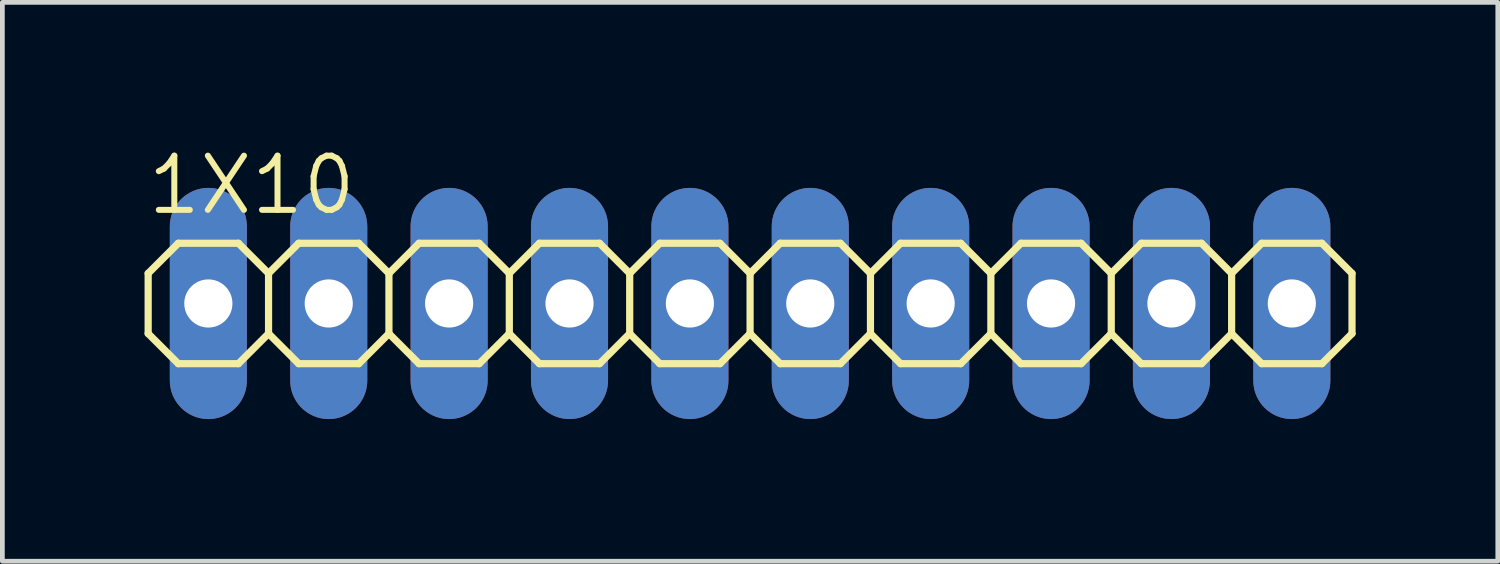
<source format=kicad_pcb>
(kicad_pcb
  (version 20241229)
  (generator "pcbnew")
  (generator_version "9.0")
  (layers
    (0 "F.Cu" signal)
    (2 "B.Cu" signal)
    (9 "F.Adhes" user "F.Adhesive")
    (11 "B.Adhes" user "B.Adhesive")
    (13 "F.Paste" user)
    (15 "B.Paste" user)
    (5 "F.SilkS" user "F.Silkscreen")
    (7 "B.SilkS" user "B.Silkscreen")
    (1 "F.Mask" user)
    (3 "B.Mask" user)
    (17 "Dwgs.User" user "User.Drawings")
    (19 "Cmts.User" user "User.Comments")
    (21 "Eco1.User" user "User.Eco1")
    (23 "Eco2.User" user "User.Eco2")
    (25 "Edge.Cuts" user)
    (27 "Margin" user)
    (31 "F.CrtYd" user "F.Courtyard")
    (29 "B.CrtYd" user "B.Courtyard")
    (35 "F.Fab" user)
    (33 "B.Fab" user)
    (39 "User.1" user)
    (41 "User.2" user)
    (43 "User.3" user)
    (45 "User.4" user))
  (footprint "1X10"
    (layer "F.Cu")
    (at 12.776 3.353)
    (property "Reference" "1X10" (at -12.776 -1.829 0) (layer "F.SilkS") (effects (font (size 1.143 1.143) (thickness 0.127)) (justify left bottom)))
    (fp_line (start -12.7 -0.635) (end -12.7 0.635) (stroke (width 0.152) (type solid)) (layer "F.SilkS"))
    (fp_line (start -12.7 0.635) (end -12.065 1.27) (stroke (width 0.152) (type solid)) (layer "F.SilkS"))
    (fp_line (start -12.065 -1.27) (end -12.7 -0.635) (stroke (width 0.152) (type solid)) (layer "F.SilkS"))
    (fp_line (start -12.065 -1.27) (end -10.795 -1.27) (stroke (width 0.152) (type solid)) (layer "F.SilkS"))
    (fp_line (start -10.795 -1.27) (end -10.16 -0.635) (stroke (width 0.152) (type solid)) (layer "F.SilkS"))
    (fp_line (start -10.795 1.27) (end -12.065 1.27) (stroke (width 0.152) (type solid)) (layer "F.SilkS"))
    (fp_line (start -10.16 -0.635) (end -10.16 0.635) (stroke (width 0.152) (type solid)) (layer "F.SilkS"))
    (fp_line (start -10.16 -0.635) (end -9.525 -1.27) (stroke (width 0.152) (type solid)) (layer "F.SilkS"))
    (fp_line (start -10.16 0.635) (end -10.795 1.27) (stroke (width 0.152) (type solid)) (layer "F.SilkS"))
    (fp_line (start -9.525 -1.27) (end -8.255 -1.27) (stroke (width 0.152) (type solid)) (layer "F.SilkS"))
    (fp_line (start -9.525 1.27) (end -10.16 0.635) (stroke (width 0.152) (type solid)) (layer "F.SilkS"))
    (fp_line (start -8.255 -1.27) (end -7.62 -0.635) (stroke (width 0.152) (type solid)) (layer "F.SilkS"))
    (fp_line (start -8.255 1.27) (end -9.525 1.27) (stroke (width 0.152) (type solid)) (layer "F.SilkS"))
    (fp_line (start -7.62 -0.635) (end -7.62 0.635) (stroke (width 0.152) (type solid)) (layer "F.SilkS"))
    (fp_line (start -7.62 -0.635) (end -6.985 -1.27) (stroke (width 0.152) (type solid)) (layer "F.SilkS"))
    (fp_line (start -7.62 0.635) (end -8.255 1.27) (stroke (width 0.152) (type solid)) (layer "F.SilkS"))
    (fp_line (start -6.985 -1.27) (end -5.715 -1.27) (stroke (width 0.152) (type solid)) (layer "F.SilkS"))
    (fp_line (start -6.985 1.27) (end -7.62 0.635) (stroke (width 0.152) (type solid)) (layer "F.SilkS"))
    (fp_line (start -5.715 -1.27) (end -5.08 -0.635) (stroke (width 0.152) (type solid)) (layer "F.SilkS"))
    (fp_line (start -5.715 1.27) (end -6.985 1.27) (stroke (width 0.152) (type solid)) (layer "F.SilkS"))
    (fp_line (start -5.08 -0.635) (end -5.08 0.635) (stroke (width 0.152) (type solid)) (layer "F.SilkS"))
    (fp_line (start -5.08 0.635) (end -5.715 1.27) (stroke (width 0.152) (type solid)) (layer "F.SilkS"))
    (fp_line (start -5.08 0.635) (end -4.445 1.27) (stroke (width 0.152) (type solid)) (layer "F.SilkS"))
    (fp_line (start -4.445 -1.27) (end -5.08 -0.635) (stroke (width 0.152) (type solid)) (layer "F.SilkS"))
    (fp_line (start -4.445 -1.27) (end -3.175 -1.27) (stroke (width 0.152) (type solid)) (layer "F.SilkS"))
    (fp_line (start -3.175 -1.27) (end -2.54 -0.635) (stroke (width 0.152) (type solid)) (layer "F.SilkS"))
    (fp_line (start -3.175 1.27) (end -4.445 1.27) (stroke (width 0.152) (type solid)) (layer "F.SilkS"))
    (fp_line (start -2.54 -0.635) (end -2.54 0.635) (stroke (width 0.152) (type solid)) (layer "F.SilkS"))
    (fp_line (start -2.54 -0.635) (end -1.905 -1.27) (stroke (width 0.152) (type solid)) (layer "F.SilkS"))
    (fp_line (start -2.54 0.635) (end -3.175 1.27) (stroke (width 0.152) (type solid)) (layer "F.SilkS"))
    (fp_line (start -1.905 -1.27) (end -0.635 -1.27) (stroke (width 0.152) (type solid)) (layer "F.SilkS"))
    (fp_line (start -1.905 1.27) (end -2.54 0.635) (stroke (width 0.152) (type solid)) (layer "F.SilkS"))
    (fp_line (start -0.635 -1.27) (end 0 -0.635) (stroke (width 0.152) (type solid)) (layer "F.SilkS"))
    (fp_line (start -0.635 1.27) (end -1.905 1.27) (stroke (width 0.152) (type solid)) (layer "F.SilkS"))
    (fp_line (start 0 -0.635) (end 0 0.635) (stroke (width 0.152) (type solid)) (layer "F.SilkS"))
    (fp_line (start 0 -0.635) (end 0.635 -1.27) (stroke (width 0.152) (type solid)) (layer "F.SilkS"))
    (fp_line (start 0 0.635) (end -0.635 1.27) (stroke (width 0.152) (type solid)) (layer "F.SilkS"))
    (fp_line (start 0.635 -1.27) (end 1.905 -1.27) (stroke (width 0.152) (type solid)) (layer "F.SilkS"))
    (fp_line (start 0.635 1.27) (end 0 0.635) (stroke (width 0.152) (type solid)) (layer "F.SilkS"))
    (fp_line (start 1.905 -1.27) (end 2.54 -0.635) (stroke (width 0.152) (type solid)) (layer "F.SilkS"))
    (fp_line (start 1.905 1.27) (end 0.635 1.27) (stroke (width 0.152) (type solid)) (layer "F.SilkS"))
    (fp_line (start 2.54 -0.635) (end 2.54 0.635) (stroke (width 0.152) (type solid)) (layer "F.SilkS"))
    (fp_line (start 2.54 0.635) (end 1.905 1.27) (stroke (width 0.152) (type solid)) (layer "F.SilkS"))
    (fp_line (start 2.54 0.635) (end 3.175 1.27) (stroke (width 0.152) (type solid)) (layer "F.SilkS"))
    (fp_line (start 3.175 -1.27) (end 2.54 -0.635) (stroke (width 0.152) (type solid)) (layer "F.SilkS"))
    (fp_line (start 3.175 -1.27) (end 4.445 -1.27) (stroke (width 0.152) (type solid)) (layer "F.SilkS"))
    (fp_line (start 4.445 -1.27) (end 5.08 -0.635) (stroke (width 0.152) (type solid)) (layer "F.SilkS"))
    (fp_line (start 4.445 1.27) (end 3.175 1.27) (stroke (width 0.152) (type solid)) (layer "F.SilkS"))
    (fp_line (start 5.08 -0.635) (end 5.08 0.635) (stroke (width 0.152) (type solid)) (layer "F.SilkS"))
    (fp_line (start 5.08 -0.635) (end 5.715 -1.27) (stroke (width 0.152) (type solid)) (layer "F.SilkS"))
    (fp_line (start 5.08 0.635) (end 4.445 1.27) (stroke (width 0.152) (type solid)) (layer "F.SilkS"))
    (fp_line (start 5.715 -1.27) (end 6.985 -1.27) (stroke (width 0.152) (type solid)) (layer "F.SilkS"))
    (fp_line (start 5.715 1.27) (end 5.08 0.635) (stroke (width 0.152) (type solid)) (layer "F.SilkS"))
    (fp_line (start 6.985 -1.27) (end 7.62 -0.635) (stroke (width 0.152) (type solid)) (layer "F.SilkS"))
    (fp_line (start 6.985 1.27) (end 5.715 1.27) (stroke (width 0.152) (type solid)) (layer "F.SilkS"))
    (fp_line (start 7.62 -0.635) (end 7.62 0.635) (stroke (width 0.152) (type solid)) (layer "F.SilkS"))
    (fp_line (start 7.62 -0.635) (end 8.255 -1.27) (stroke (width 0.152) (type solid)) (layer "F.SilkS"))
    (fp_line (start 7.62 0.635) (end 6.985 1.27) (stroke (width 0.152) (type solid)) (layer "F.SilkS"))
    (fp_line (start 8.255 -1.27) (end 9.525 -1.27) (stroke (width 0.152) (type solid)) (layer "F.SilkS"))
    (fp_line (start 8.255 1.27) (end 7.62 0.635) (stroke (width 0.152) (type solid)) (layer "F.SilkS"))
    (fp_line (start 9.525 -1.27) (end 10.16 -0.635) (stroke (width 0.152) (type solid)) (layer "F.SilkS"))
    (fp_line (start 9.525 1.27) (end 8.255 1.27) (stroke (width 0.152) (type solid)) (layer "F.SilkS"))
    (fp_line (start 10.16 -0.635) (end 10.16 0.635) (stroke (width 0.152) (type solid)) (layer "F.SilkS"))
    (fp_line (start 10.16 0.635) (end 9.525 1.27) (stroke (width 0.152) (type solid)) (layer "F.SilkS"))
    (fp_line (start 10.16 0.635) (end 10.795 1.27) (stroke (width 0.152) (type solid)) (layer "F.SilkS"))
    (fp_line (start 10.795 -1.27) (end 10.16 -0.635) (stroke (width 0.152) (type solid)) (layer "F.SilkS"))
    (fp_line (start 10.795 -1.27) (end 12.065 -1.27) (stroke (width 0.152) (type solid)) (layer "F.SilkS"))
    (fp_line (start 12.065 -1.27) (end 12.7 -0.635) (stroke (width 0.152) (type solid)) (layer "F.SilkS"))
    (fp_line (start 12.065 1.27) (end 10.795 1.27) (stroke (width 0.152) (type solid)) (layer "F.SilkS"))
    (fp_line (start 12.7 -0.635) (end 12.7 0.635) (stroke (width 0.152) (type solid)) (layer "F.SilkS"))
    (fp_line (start 12.7 0.635) (end 12.065 1.27) (stroke (width 0.152) (type solid)) (layer "F.SilkS"))
    (fp_poly (pts (xy -11.684 0.254) (xy -11.176 0.254) (xy -11.176 -0.254) (xy -11.684 -0.254)) (stroke (width 0.1) (type solid)) (fill no) (layer "F.Fab"))
    (fp_poly (pts (xy -9.144 0.254) (xy -8.636 0.254) (xy -8.636 -0.254) (xy -9.144 -0.254)) (stroke (width 0.1) (type solid)) (fill no) (layer "F.Fab"))
    (fp_poly (pts (xy -6.604 0.254) (xy -6.096 0.254) (xy -6.096 -0.254) (xy -6.604 -0.254)) (stroke (width 0.1) (type solid)) (fill no) (layer "F.Fab"))
    (fp_poly (pts (xy -4.064 0.254) (xy -3.556 0.254) (xy -3.556 -0.254) (xy -4.064 -0.254)) (stroke (width 0.1) (type solid)) (fill no) (layer "F.Fab"))
    (fp_poly (pts (xy -1.524 0.254) (xy -1.016 0.254) (xy -1.016 -0.254) (xy -1.524 -0.254)) (stroke (width 0.1) (type solid)) (fill no) (layer "F.Fab"))
    (fp_poly (pts (xy 1.016 0.254) (xy 1.524 0.254) (xy 1.524 -0.254) (xy 1.016 -0.254)) (stroke (width 0.1) (type solid)) (fill no) (layer "F.Fab"))
    (fp_poly (pts (xy 3.556 0.254) (xy 4.064 0.254) (xy 4.064 -0.254) (xy 3.556 -0.254)) (stroke (width 0.1) (type solid)) (fill no) (layer "F.Fab"))
    (fp_poly (pts (xy 6.096 0.254) (xy 6.604 0.254) (xy 6.604 -0.254) (xy 6.096 -0.254)) (stroke (width 0.1) (type solid)) (fill no) (layer "F.Fab"))
    (fp_poly (pts (xy 8.636 0.254) (xy 9.144 0.254) (xy 9.144 -0.254) (xy 8.636 -0.254)) (stroke (width 0.1) (type solid)) (fill no) (layer "F.Fab"))
    (fp_poly (pts (xy 11.176 0.254) (xy 11.684 0.254) (xy 11.684 -0.254) (xy 11.176 -0.254)) (stroke (width 0.1) (type solid)) (fill no) (layer "F.Fab"))
    (pad "1" thru_hole oval (at -11.43 0 90) (size 4.877 1.626) (drill 1.016) (layers "*.Cu" "*.Mask"))
    (pad "2" thru_hole oval (at -8.89 0 90) (size 4.877 1.626) (drill 1.016) (layers "*.Cu" "*.Mask"))
    (pad "3" thru_hole oval (at -6.35 0 90) (size 4.877 1.626) (drill 1.016) (layers "*.Cu" "*.Mask"))
    (pad "4" thru_hole oval (at -3.81 0 90) (size 4.877 1.626) (drill 1.016) (layers "*.Cu" "*.Mask"))
    (pad "5" thru_hole oval (at -1.27 0 90) (size 4.877 1.626) (drill 1.016) (layers "*.Cu" "*.Mask"))
    (pad "6" thru_hole oval (at 1.27 0 90) (size 4.877 1.626) (drill 1.016) (layers "*.Cu" "*.Mask"))
    (pad "7" thru_hole oval (at 3.81 0 90) (size 4.877 1.626) (drill 1.016) (layers "*.Cu" "*.Mask"))
    (pad "8" thru_hole oval (at 6.35 0 90) (size 4.877 1.626) (drill 1.016) (layers "*.Cu" "*.Mask"))
    (pad "9" thru_hole oval (at 8.89 0 90) (size 4.877 1.626) (drill 1.016) (layers "*.Cu" "*.Mask"))
    (pad "10" thru_hole oval (at 11.43 0 90) (size 4.877 1.626) (drill 1.016) (layers "*.Cu" "*.Mask")))
  (gr_rect
    (start -3 -3)
    (end 28.552 8.791)
    (stroke (width 0.1) (type default))
    (fill no)
    (layer "Edge.Cuts")))
</source>
